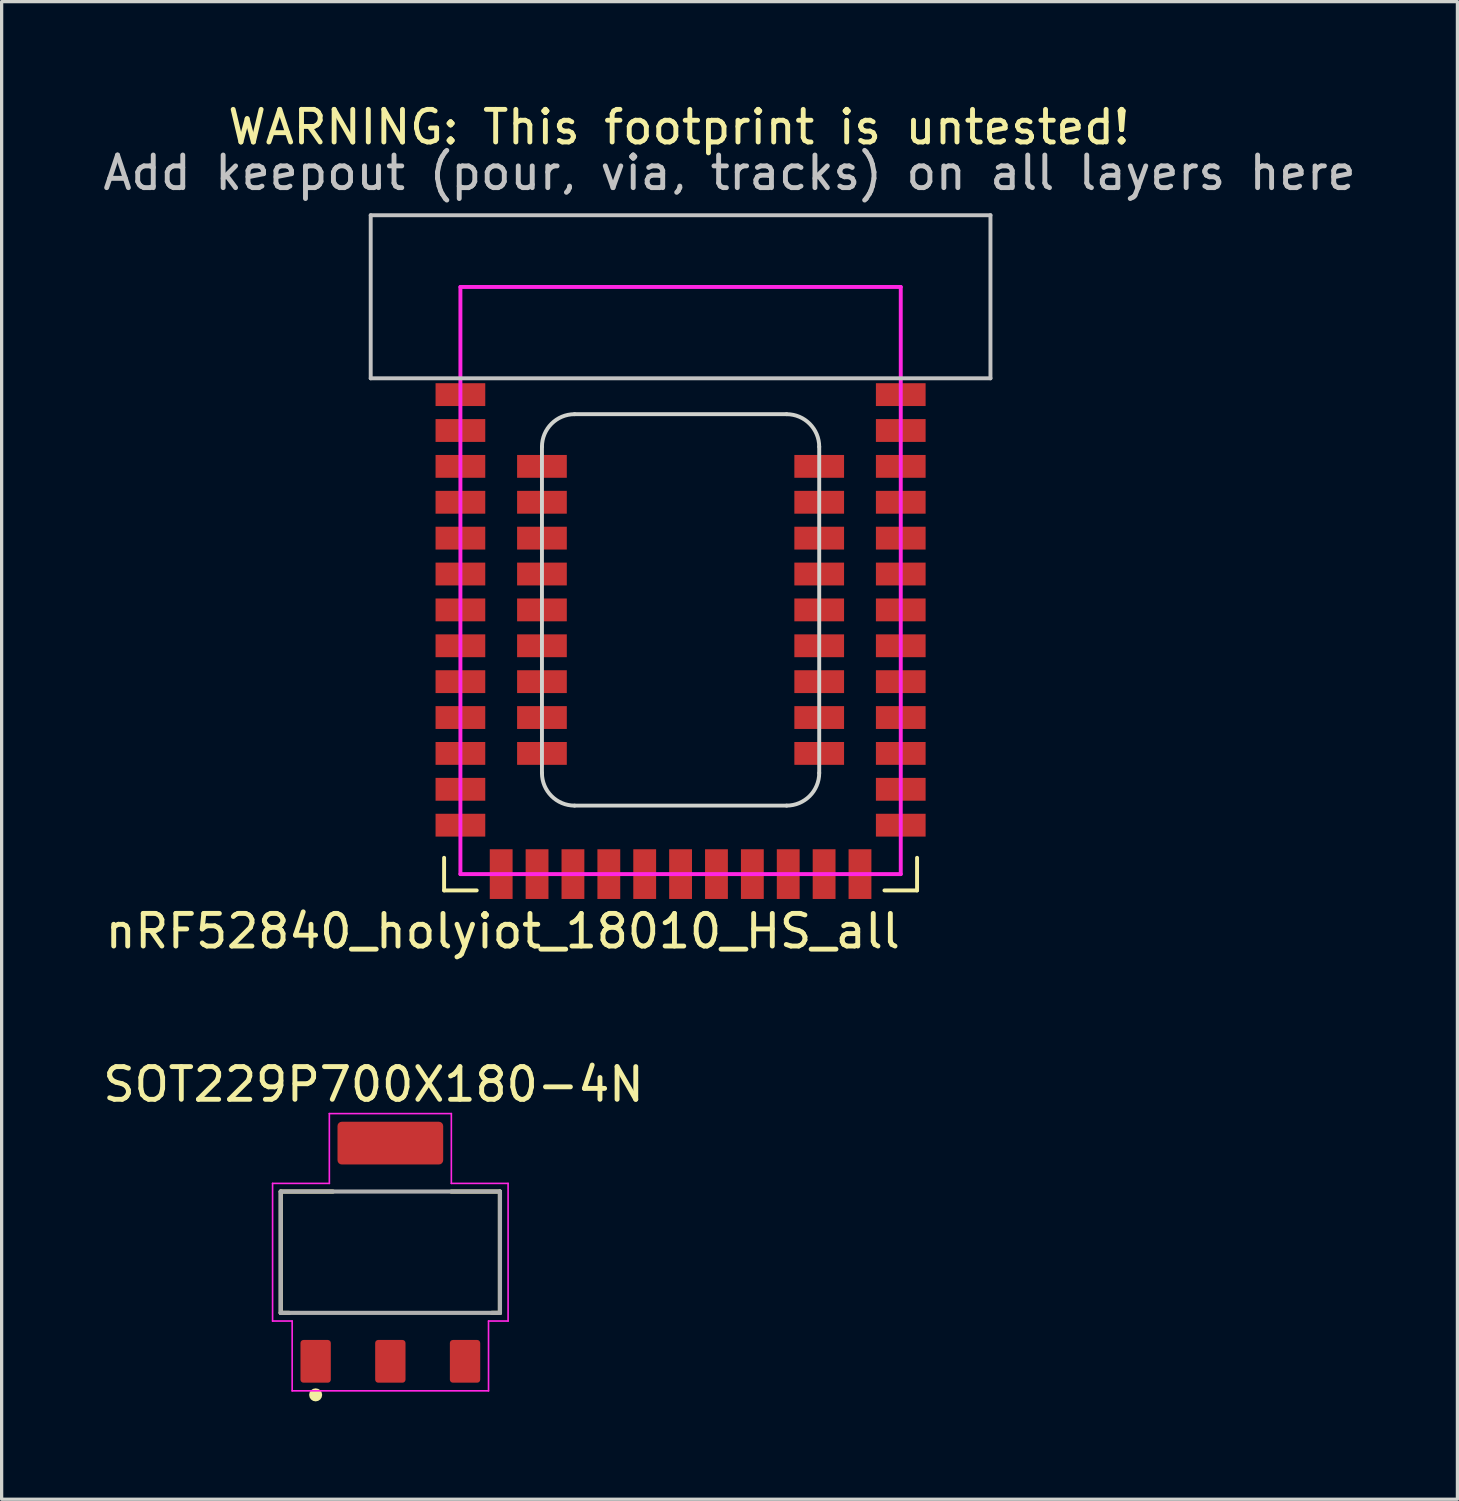
<source format=kicad_pcb>
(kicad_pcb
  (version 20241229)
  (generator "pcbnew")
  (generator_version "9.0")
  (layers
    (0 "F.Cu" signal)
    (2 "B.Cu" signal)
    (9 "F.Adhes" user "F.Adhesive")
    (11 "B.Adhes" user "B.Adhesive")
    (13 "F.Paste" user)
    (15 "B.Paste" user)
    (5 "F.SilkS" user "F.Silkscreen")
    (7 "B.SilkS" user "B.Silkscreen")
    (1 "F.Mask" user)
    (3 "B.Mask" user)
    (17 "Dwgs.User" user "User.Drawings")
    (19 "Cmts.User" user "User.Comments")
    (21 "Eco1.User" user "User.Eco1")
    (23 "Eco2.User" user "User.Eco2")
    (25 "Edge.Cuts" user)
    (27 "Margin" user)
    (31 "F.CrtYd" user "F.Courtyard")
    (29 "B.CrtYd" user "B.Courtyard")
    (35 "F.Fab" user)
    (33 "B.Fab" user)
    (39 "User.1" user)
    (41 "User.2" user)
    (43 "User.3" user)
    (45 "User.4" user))
  (footprint "nRF52840_holyiot_18010_HS_all"
    (layer "F.Cu")
    (at 17.815 14.748)
    (property "Reference" "nRF52840_holyiot_18010_HS_all" (at -5.45 10.75 0) (layer "F.SilkS") (effects (font (size 1 1) (thickness 0.15))))
    (attr through_hole)
    (fp_line (start -7.25 8.5) (end -7.25 9.5) (stroke (width 0.12) (type solid)) (layer "F.SilkS"))
    (fp_line (start -6.25 9.5) (end -7.25 9.5) (stroke (width 0.12) (type solid)) (layer "F.SilkS"))
    (fp_line (start 6.25 9.5) (end 7.25 9.5) (stroke (width 0.12) (type solid)) (layer "F.SilkS"))
    (fp_line (start 7.25 8.5) (end 7.25 9.5) (stroke (width 0.12) (type solid)) (layer "F.SilkS"))
    (fp_line (start -9.5 -11.2) (end 9.5 -11.2) (stroke (width 0.12) (type solid)) (layer "Dwgs.User"))
    (fp_line (start -9.5 -6.2) (end -9.5 -11.2) (stroke (width 0.12) (type solid)) (layer "Dwgs.User"))
    (fp_line (start 9.5 -11.2) (end 9.5 -6.2) (stroke (width 0.12) (type solid)) (layer "Dwgs.User"))
    (fp_line (start 9.5 -6.2) (end -9.5 -6.2) (stroke (width 0.12) (type solid)) (layer "Dwgs.User"))
    (fp_line (start -4.25 5.9) (end -4.25 -4.1) (stroke (width 0.12) (type solid)) (layer "Edge.Cuts"))
    (fp_line (start -3.25 -5.1) (end 3.25 -5.1) (stroke (width 0.12) (type solid)) (layer "Edge.Cuts"))
    (fp_line (start 3.25 6.9) (end -3.25 6.9) (stroke (width 0.12) (type solid)) (layer "Edge.Cuts"))
    (fp_line (start 4.25 -4.1) (end 4.25 5.9) (stroke (width 0.12) (type solid)) (layer "Edge.Cuts"))
    (fp_arc (start -4.25 -4.1) (mid -3.957107 -4.807107) (end -3.25 -5.1) (stroke (width 0.12) (type solid)) (layer "Edge.Cuts"))
    (fp_arc (start -3.25 6.9) (mid -3.957107 6.607107) (end -4.25 5.9) (stroke (width 0.12) (type solid)) (layer "Edge.Cuts"))
    (fp_arc (start 3.25 -5.1) (mid 3.957107 -4.807107) (end 4.25 -4.1) (stroke (width 0.12) (type solid)) (layer "Edge.Cuts"))
    (fp_arc (start 4.25 5.9) (mid 3.957107 6.607107) (end 3.25 6.9) (stroke (width 0.12) (type solid)) (layer "Edge.Cuts"))
    (fp_line (start -6.75 -9) (end 6.75 -9) (stroke (width 0.12) (type solid)) (layer "F.CrtYd"))
    (fp_line (start -6.75 9) (end -6.75 -9) (stroke (width 0.12) (type solid)) (layer "F.CrtYd"))
    (fp_line (start 6.75 -9) (end 6.75 9) (stroke (width 0.12) (type solid)) (layer "F.CrtYd"))
    (fp_line (start 6.75 9) (end -6.75 9) (stroke (width 0.12) (type solid)) (layer "F.CrtYd"))
    (fp_text user "WARNING: This footprint is untested!" (at -0.05 -13.9 0) (layer "F.SilkS") (effects (font (size 1 1) (thickness 0.15))))
    (fp_text user "Add keepout (pour, via, tracks) on all layers here" (at 1.5 -12.5 0) (layer "Dwgs.User") (effects (font (size 1 1) (thickness 0.15))))
    (pad "1" smd rect (at -6.75 -5.7) (size 1.524 0.7) (layers "F.Cu" "F.Mask" "F.Paste"))
    (pad "2" smd rect (at -6.75 -4.6) (size 1.524 0.7) (layers "F.Cu" "F.Mask" "F.Paste"))
    (pad "3" smd rect (at -6.75 -3.5) (size 1.524 0.7) (layers "F.Cu" "F.Mask" "F.Paste"))
    (pad "4" smd rect (at -6.75 -2.4) (size 1.524 0.7) (layers "F.Cu" "F.Mask" "F.Paste"))
    (pad "5" smd rect (at -6.75 -1.3) (size 1.524 0.7) (layers "F.Cu" "F.Mask" "F.Paste"))
    (pad "6" smd rect (at -6.75 -0.2) (size 1.524 0.7) (layers "F.Cu" "F.Mask" "F.Paste"))
    (pad "7" smd rect (at -6.75 0.9) (size 1.524 0.7) (layers "F.Cu" "F.Mask" "F.Paste"))
    (pad "8" smd rect (at -6.75 2) (size 1.524 0.7) (layers "F.Cu" "F.Mask" "F.Paste"))
    (pad "9" smd rect (at -6.75 3.1) (size 1.524 0.7) (layers "F.Cu" "F.Mask" "F.Paste"))
    (pad "10" smd rect (at -6.75 4.2) (size 1.524 0.7) (layers "F.Cu" "F.Mask" "F.Paste"))
    (pad "11" smd rect (at -6.75 5.3) (size 1.524 0.7) (layers "F.Cu" "F.Mask" "F.Paste"))
    (pad "12" smd rect (at -6.75 6.4) (size 1.524 0.7) (layers "F.Cu" "F.Mask" "F.Paste"))
    (pad "13" smd rect (at -6.75 7.5) (size 1.524 0.7) (layers "F.Cu" "F.Mask" "F.Paste"))
    (pad "14" smd rect (at -5.5 9 90) (size 1.524 0.7) (layers "F.Cu" "F.Mask" "F.Paste"))
    (pad "15" smd rect (at -4.4 9 90) (size 1.524 0.7) (layers "F.Cu" "F.Mask" "F.Paste"))
    (pad "16" smd rect (at -3.3 9 90) (size 1.524 0.7) (layers "F.Cu" "F.Mask" "F.Paste"))
    (pad "17" smd rect (at -2.2 9 90) (size 1.524 0.7) (layers "F.Cu" "F.Mask" "F.Paste"))
    (pad "18" smd rect (at -1.1 9 90) (size 1.524 0.7) (layers "F.Cu" "F.Mask" "F.Paste"))
    (pad "19" smd rect (at 0 9 90) (size 1.524 0.7) (layers "F.Cu" "F.Mask" "F.Paste"))
    (pad "20" smd rect (at 1.1 9 90) (size 1.524 0.7) (layers "F.Cu" "F.Mask" "F.Paste"))
    (pad "21" smd rect (at 2.2 9 90) (size 1.524 0.7) (layers "F.Cu" "F.Mask" "F.Paste"))
    (pad "22" smd rect (at 3.3 9 90) (size 1.524 0.7) (layers "F.Cu" "F.Mask" "F.Paste"))
    (pad "23" smd rect (at 4.4 9 90) (size 1.524 0.7) (layers "F.Cu" "F.Mask" "F.Paste"))
    (pad "24" smd rect (at 5.5 9 90) (size 1.524 0.7) (layers "F.Cu" "F.Mask" "F.Paste"))
    (pad "25" smd rect (at 6.75 7.5 180) (size 1.524 0.7) (layers "F.Cu" "F.Mask" "F.Paste"))
    (pad "26" smd rect (at 6.75 6.4 180) (size 1.524 0.7) (layers "F.Cu" "F.Mask" "F.Paste"))
    (pad "27" smd rect (at 6.75 5.3 180) (size 1.524 0.7) (layers "F.Cu" "F.Mask" "F.Paste"))
    (pad "28" smd rect (at 6.75 4.2 180) (size 1.524 0.7) (layers "F.Cu" "F.Mask" "F.Paste"))
    (pad "29" smd rect (at 6.75 3.1 180) (size 1.524 0.7) (layers "F.Cu" "F.Mask" "F.Paste"))
    (pad "30" smd rect (at 6.75 2 180) (size 1.524 0.7) (layers "F.Cu" "F.Mask" "F.Paste"))
    (pad "31" smd rect (at 6.75 0.9 180) (size 1.524 0.7) (layers "F.Cu" "F.Mask" "F.Paste"))
    (pad "32" smd rect (at 6.75 -0.2 180) (size 1.524 0.7) (layers "F.Cu" "F.Mask" "F.Paste"))
    (pad "33" smd rect (at 6.75 -1.3 180) (size 1.524 0.7) (layers "F.Cu" "F.Mask" "F.Paste"))
    (pad "34" smd rect (at 6.75 -2.4 180) (size 1.524 0.7) (layers "F.Cu" "F.Mask" "F.Paste"))
    (pad "35" smd rect (at 6.75 -3.5 180) (size 1.524 0.7) (layers "F.Cu" "F.Mask" "F.Paste"))
    (pad "36" smd rect (at 6.75 -4.6 180) (size 1.524 0.7) (layers "F.Cu" "F.Mask" "F.Paste"))
    (pad "37" smd rect (at 6.75 -5.7 180) (size 1.524 0.7) (layers "F.Cu" "F.Mask" "F.Paste"))
    (pad "38" smd rect (at -4.25 -3.5 180) (size 1.524 0.7) (layers "F.Cu" "F.Mask" "F.Paste"))
    (pad "39" smd rect (at -4.25 -2.4 180) (size 1.524 0.7) (layers "F.Cu" "F.Mask" "F.Paste"))
    (pad "40" smd rect (at -4.25 -1.3 180) (size 1.524 0.7) (layers "F.Cu" "F.Mask" "F.Paste"))
    (pad "41" smd rect (at -4.25 -0.2 180) (size 1.524 0.7) (layers "F.Cu" "F.Mask" "F.Paste"))
    (pad "42" smd rect (at -4.25 0.9 180) (size 1.524 0.7) (layers "F.Cu" "F.Mask" "F.Paste"))
    (pad "43" smd rect (at -4.25 2 180) (size 1.524 0.7) (layers "F.Cu" "F.Mask" "F.Paste"))
    (pad "44" smd rect (at -4.25 3.1 180) (size 1.524 0.7) (layers "F.Cu" "F.Mask" "F.Paste"))
    (pad "45" smd rect (at -4.25 4.2 180) (size 1.524 0.7) (layers "F.Cu" "F.Mask" "F.Paste"))
    (pad "46" smd rect (at -4.25 5.3 180) (size 1.524 0.7) (layers "F.Cu" "F.Mask" "F.Paste"))
    (pad "47" smd rect (at 4.25 -3.5 180) (size 1.524 0.7) (layers "F.Cu" "F.Mask" "F.Paste"))
    (pad "48" smd rect (at 4.25 -2.4 180) (size 1.524 0.7) (layers "F.Cu" "F.Mask" "F.Paste"))
    (pad "49" smd rect (at 4.25 -1.3 180) (size 1.524 0.7) (layers "F.Cu" "F.Mask" "F.Paste"))
    (pad "50" smd rect (at 4.25 -0.2 180) (size 1.524 0.7) (layers "F.Cu" "F.Mask" "F.Paste"))
    (pad "51" smd rect (at 4.25 0.9 180) (size 1.524 0.7) (layers "F.Cu" "F.Mask" "F.Paste"))
    (pad "52" smd rect (at 4.25 2 180) (size 1.524 0.7) (layers "F.Cu" "F.Mask" "F.Paste"))
    (pad "53" smd rect (at 4.25 3.1 180) (size 1.524 0.7) (layers "F.Cu" "F.Mask" "F.Paste"))
    (pad "54" smd rect (at 4.25 4.2 180) (size 1.524 0.7) (layers "F.Cu" "F.Mask" "F.Paste"))
    (pad "55" smd rect (at 4.25 5.3 180) (size 1.524 0.7) (layers "F.Cu" "F.Mask" "F.Paste")))
  (footprint "SOT229P700X180-4N"
    (layer "F.Cu")
    (at 8.917 35.34)
    (property "Reference" "SOT229P700X180-4N" (at -0.516 -5.144 0) (layer "F.SilkS") (effects (font (size 1.002 1.002) (thickness 0.15))))
    (attr through_hole)
    (fp_line (start -3.36 1.86) (end -3.36 -1.86) (stroke (width 0.127) (type solid)) (layer "F.SilkS"))
    (fp_line (start -3.36 1.86) (end -3.1 1.86) (stroke (width 0.127) (type solid)) (layer "F.SilkS"))
    (fp_line (start -1.76 -1.86) (end -3.36 -1.86) (stroke (width 0.127) (type solid)) (layer "F.SilkS"))
    (fp_line (start 3.11 1.86) (end 3.36 1.86) (stroke (width 0.127) (type solid)) (layer "F.SilkS"))
    (fp_line (start 3.36 -1.86) (end 1.87 -1.86) (stroke (width 0.127) (type solid)) (layer "F.SilkS"))
    (fp_line (start 3.36 1.86) (end 3.36 -1.86) (stroke (width 0.127) (type solid)) (layer "F.SilkS"))
    (fp_circle (center -2.29 4.373) (end -2.19 4.373) (stroke (width 0.2) (type solid)) (fill no) (layer "F.SilkS"))
    (fp_line (start -3.61 -2.11) (end -3.61 2.11) (stroke (width 0.05) (type solid)) (layer "F.CrtYd"))
    (fp_line (start -3.61 2.11) (end -3.01 2.11) (stroke (width 0.05) (type solid)) (layer "F.CrtYd"))
    (fp_line (start -3.01 2.11) (end -3.01 4.25) (stroke (width 0.05) (type solid)) (layer "F.CrtYd"))
    (fp_line (start -3.01 4.25) (end 3.01 4.25) (stroke (width 0.05) (type solid)) (layer "F.CrtYd"))
    (fp_line (start -1.87 -4.25) (end -1.87 -2.11) (stroke (width 0.05) (type solid)) (layer "F.CrtYd"))
    (fp_line (start -1.87 -2.11) (end -3.61 -2.11) (stroke (width 0.05) (type solid)) (layer "F.CrtYd"))
    (fp_line (start 1.87 -4.25) (end -1.87 -4.25) (stroke (width 0.05) (type solid)) (layer "F.CrtYd"))
    (fp_line (start 1.87 -2.11) (end 1.87 -4.25) (stroke (width 0.05) (type solid)) (layer "F.CrtYd"))
    (fp_line (start 3.01 2.11) (end 3.61 2.11) (stroke (width 0.05) (type solid)) (layer "F.CrtYd"))
    (fp_line (start 3.01 4.25) (end 3.01 2.11) (stroke (width 0.05) (type solid)) (layer "F.CrtYd"))
    (fp_line (start 3.61 -2.11) (end 1.87 -2.11) (stroke (width 0.05) (type solid)) (layer "F.CrtYd"))
    (fp_line (start 3.61 2.11) (end 3.61 -2.11) (stroke (width 0.05) (type solid)) (layer "F.CrtYd"))
    (fp_line (start -3.36 -1.86) (end 3.36 -1.86) (stroke (width 0.127) (type solid)) (layer "F.Fab"))
    (fp_line (start -3.36 1.86) (end -3.36 -1.86) (stroke (width 0.127) (type solid)) (layer "F.Fab"))
    (fp_line (start 3.36 -1.86) (end 3.36 1.86) (stroke (width 0.127) (type solid)) (layer "F.Fab"))
    (fp_line (start 3.36 1.86) (end -3.36 1.86) (stroke (width 0.127) (type solid)) (layer "F.Fab"))
    (pad "1" smd roundrect (at -2.29 3.345) (size 0.93 1.31) (layers "F.Cu" "F.Mask" "F.Paste") (roundrect_rratio 0.1))
    (pad "2" smd roundrect (at 0 3.345) (size 0.93 1.31) (layers "F.Cu" "F.Mask" "F.Paste") (roundrect_rratio 0.1))
    (pad "3" smd roundrect (at 2.29 3.345) (size 0.93 1.31) (layers "F.Cu" "F.Mask" "F.Paste") (roundrect_rratio 0.1))
    (pad "4" smd roundrect (at 0 -3.345) (size 3.24 1.31) (layers "F.Cu" "F.Mask" "F.Paste") (roundrect_rratio 0.1)))
  (gr_rect
    (start -3 -3)
    (end 41.631 42.913)
    (stroke (width 0.1) (type default))
    (fill no)
    (layer "Edge.Cuts")))
</source>
